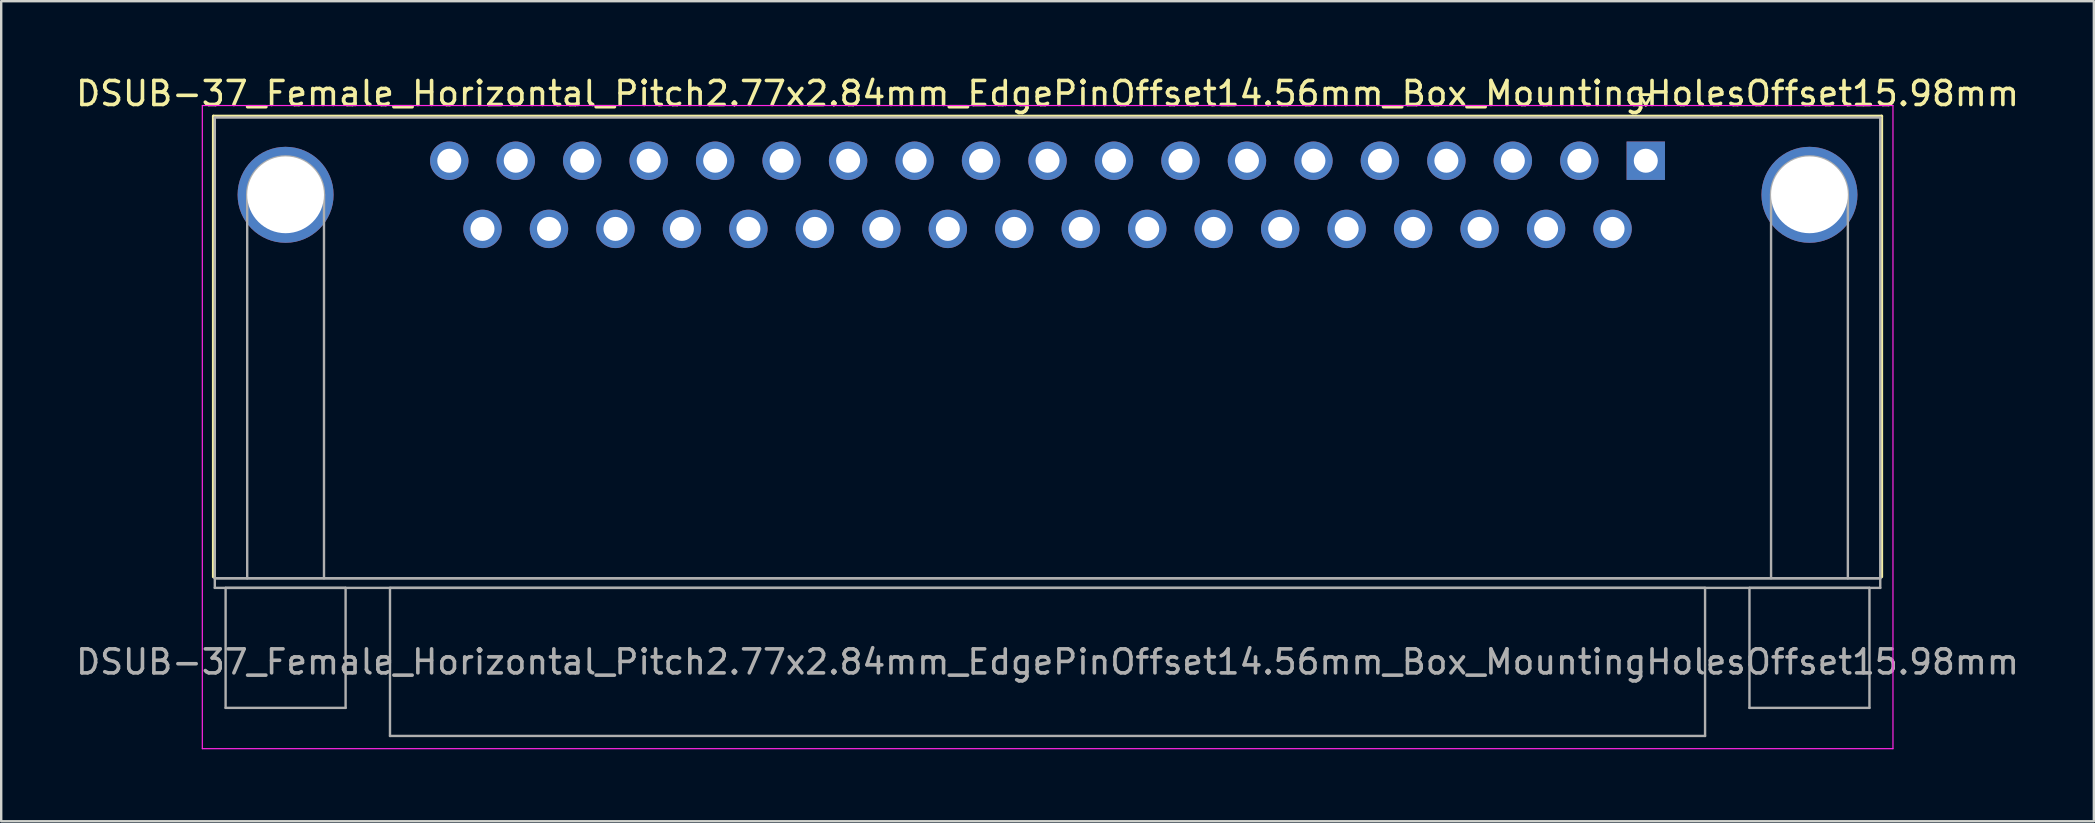
<source format=kicad_pcb>
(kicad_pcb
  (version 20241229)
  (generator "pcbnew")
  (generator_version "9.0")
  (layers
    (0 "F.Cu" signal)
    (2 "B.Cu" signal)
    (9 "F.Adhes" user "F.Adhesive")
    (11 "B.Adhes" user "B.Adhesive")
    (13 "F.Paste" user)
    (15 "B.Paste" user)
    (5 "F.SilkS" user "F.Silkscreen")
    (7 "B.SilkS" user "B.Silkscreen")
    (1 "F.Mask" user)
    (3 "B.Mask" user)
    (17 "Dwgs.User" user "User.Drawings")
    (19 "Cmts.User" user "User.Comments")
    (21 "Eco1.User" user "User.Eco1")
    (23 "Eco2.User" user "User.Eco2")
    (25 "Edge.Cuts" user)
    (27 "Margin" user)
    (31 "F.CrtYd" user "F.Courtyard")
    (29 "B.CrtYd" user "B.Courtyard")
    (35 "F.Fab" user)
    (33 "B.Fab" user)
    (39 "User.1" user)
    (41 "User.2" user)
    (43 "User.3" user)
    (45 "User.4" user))
  (footprint "DSUB-37_Female_Horizontal_Pitch2.77x2.84mm_EdgePinOffset14.56mm_Box_MountingHolesOffset15.98mm"
    (layer "F.Cu")
    (at 65.531 3.648)
    (property "Reference" "DSUB-37_Female_Horizontal_Pitch2.77x2.84mm_EdgePinOffset14.56mm_Box_MountingHolesOffset15.98mm" (at -24.93 -2.8 0) (layer "F.SilkS") (effects (font (size 1 1) (thickness 0.15))))
    (attr through_hole)
    (fp_line (start -59.69 -1.86) (end 9.83 -1.86) (stroke (width 0.12) (type solid)) (layer "F.SilkS"))
    (fp_line (start -59.69 17.34) (end -59.69 -1.86) (stroke (width 0.12) (type solid)) (layer "F.SilkS"))
    (fp_line (start -0.25 -2.754) (end 0.25 -2.754) (stroke (width 0.12) (type solid)) (layer "F.SilkS"))
    (fp_line (start 0 -2.321) (end -0.25 -2.754) (stroke (width 0.12) (type solid)) (layer "F.SilkS"))
    (fp_line (start 0.25 -2.754) (end 0 -2.321) (stroke (width 0.12) (type solid)) (layer "F.SilkS"))
    (fp_line (start 9.83 -1.86) (end 9.83 17.34) (stroke (width 0.12) (type solid)) (layer "F.SilkS"))
    (fp_line (start -60.15 -2.3) (end -60.15 24.5) (stroke (width 0.05) (type solid)) (layer "F.CrtYd"))
    (fp_line (start -60.15 24.5) (end 10.3 24.5) (stroke (width 0.05) (type solid)) (layer "F.CrtYd"))
    (fp_line (start 10.3 -2.3) (end -60.15 -2.3) (stroke (width 0.05) (type solid)) (layer "F.CrtYd"))
    (fp_line (start 10.3 24.5) (end 10.3 -2.3) (stroke (width 0.05) (type solid)) (layer "F.CrtYd"))
    (fp_line (start -59.63 -1.8) (end -59.63 17.4) (stroke (width 0.1) (type solid)) (layer "F.Fab"))
    (fp_line (start -59.63 17.4) (end -59.63 17.8) (stroke (width 0.1) (type solid)) (layer "F.Fab"))
    (fp_line (start -59.63 17.4) (end 9.77 17.4) (stroke (width 0.1) (type solid)) (layer "F.Fab"))
    (fp_line (start -59.63 17.8) (end 9.77 17.8) (stroke (width 0.1) (type solid)) (layer "F.Fab"))
    (fp_line (start -59.18 17.8) (end -59.18 22.8) (stroke (width 0.1) (type solid)) (layer "F.Fab"))
    (fp_line (start -59.18 22.8) (end -54.18 22.8) (stroke (width 0.1) (type solid)) (layer "F.Fab"))
    (fp_line (start -58.28 17.4) (end -58.28 1.42) (stroke (width 0.1) (type solid)) (layer "F.Fab"))
    (fp_line (start -55.08 17.4) (end -55.08 1.42) (stroke (width 0.1) (type solid)) (layer "F.Fab"))
    (fp_line (start -54.18 17.8) (end -59.18 17.8) (stroke (width 0.1) (type solid)) (layer "F.Fab"))
    (fp_line (start -54.18 22.8) (end -54.18 17.8) (stroke (width 0.1) (type solid)) (layer "F.Fab"))
    (fp_line (start -52.33 17.8) (end -52.33 23.97) (stroke (width 0.1) (type solid)) (layer "F.Fab"))
    (fp_line (start -52.33 23.97) (end 2.47 23.97) (stroke (width 0.1) (type solid)) (layer "F.Fab"))
    (fp_line (start 2.47 17.8) (end -52.33 17.8) (stroke (width 0.1) (type solid)) (layer "F.Fab"))
    (fp_line (start 2.47 23.97) (end 2.47 17.8) (stroke (width 0.1) (type solid)) (layer "F.Fab"))
    (fp_line (start 4.32 17.8) (end 4.32 22.8) (stroke (width 0.1) (type solid)) (layer "F.Fab"))
    (fp_line (start 4.32 22.8) (end 9.32 22.8) (stroke (width 0.1) (type solid)) (layer "F.Fab"))
    (fp_line (start 5.22 17.4) (end 5.22 1.42) (stroke (width 0.1) (type solid)) (layer "F.Fab"))
    (fp_line (start 8.42 17.4) (end 8.42 1.42) (stroke (width 0.1) (type solid)) (layer "F.Fab"))
    (fp_line (start 9.32 17.8) (end 4.32 17.8) (stroke (width 0.1) (type solid)) (layer "F.Fab"))
    (fp_line (start 9.32 22.8) (end 9.32 17.8) (stroke (width 0.1) (type solid)) (layer "F.Fab"))
    (fp_line (start 9.77 -1.8) (end -59.63 -1.8) (stroke (width 0.1) (type solid)) (layer "F.Fab"))
    (fp_line (start 9.77 17.4) (end -59.63 17.4) (stroke (width 0.1) (type solid)) (layer "F.Fab"))
    (fp_line (start 9.77 17.4) (end 9.77 -1.8) (stroke (width 0.1) (type solid)) (layer "F.Fab"))
    (fp_line (start 9.77 17.8) (end 9.77 17.4) (stroke (width 0.1) (type solid)) (layer "F.Fab"))
    (fp_arc (start -58.28 1.42) (mid -56.68 -0.18) (end -55.08 1.42) (stroke (width 0.1) (type solid)) (layer "F.Fab"))
    (fp_arc (start 5.22 1.42) (mid 6.82 -0.18) (end 8.42 1.42) (stroke (width 0.1) (type solid)) (layer "F.Fab"))
    (fp_text user "${REFERENCE}" (at -24.93 20.885 0) (layer "F.Fab") (effects (font (size 1 1) (thickness 0.15))))
    (pad "0" thru_hole circle (at -56.68 1.42) (size 4 4) (drill 3.2) (layers "*.Cu" "*.Mask"))
    (pad "0" thru_hole circle (at 6.82 1.42) (size 4 4) (drill 3.2) (layers "*.Cu" "*.Mask"))
    (pad "1" thru_hole rect (at 0 0) (size 1.6 1.6) (drill 1) (layers "*.Cu" "*.Mask"))
    (pad "2" thru_hole circle (at -2.77 0) (size 1.6 1.6) (drill 1) (layers "*.Cu" "*.Mask"))
    (pad "3" thru_hole circle (at -5.54 0) (size 1.6 1.6) (drill 1) (layers "*.Cu" "*.Mask"))
    (pad "4" thru_hole circle (at -8.31 0) (size 1.6 1.6) (drill 1) (layers "*.Cu" "*.Mask"))
    (pad "5" thru_hole circle (at -11.08 0) (size 1.6 1.6) (drill 1) (layers "*.Cu" "*.Mask"))
    (pad "6" thru_hole circle (at -13.85 0) (size 1.6 1.6) (drill 1) (layers "*.Cu" "*.Mask"))
    (pad "7" thru_hole circle (at -16.62 0) (size 1.6 1.6) (drill 1) (layers "*.Cu" "*.Mask"))
    (pad "8" thru_hole circle (at -19.39 0) (size 1.6 1.6) (drill 1) (layers "*.Cu" "*.Mask"))
    (pad "9" thru_hole circle (at -22.16 0) (size 1.6 1.6) (drill 1) (layers "*.Cu" "*.Mask"))
    (pad "10" thru_hole circle (at -24.93 0) (size 1.6 1.6) (drill 1) (layers "*.Cu" "*.Mask"))
    (pad "11" thru_hole circle (at -27.7 0) (size 1.6 1.6) (drill 1) (layers "*.Cu" "*.Mask"))
    (pad "12" thru_hole circle (at -30.47 0) (size 1.6 1.6) (drill 1) (layers "*.Cu" "*.Mask"))
    (pad "13" thru_hole circle (at -33.24 0) (size 1.6 1.6) (drill 1) (layers "*.Cu" "*.Mask"))
    (pad "14" thru_hole circle (at -36.01 0) (size 1.6 1.6) (drill 1) (layers "*.Cu" "*.Mask"))
    (pad "15" thru_hole circle (at -38.78 0) (size 1.6 1.6) (drill 1) (layers "*.Cu" "*.Mask"))
    (pad "16" thru_hole circle (at -41.55 0) (size 1.6 1.6) (drill 1) (layers "*.Cu" "*.Mask"))
    (pad "17" thru_hole circle (at -44.32 0) (size 1.6 1.6) (drill 1) (layers "*.Cu" "*.Mask"))
    (pad "18" thru_hole circle (at -47.09 0) (size 1.6 1.6) (drill 1) (layers "*.Cu" "*.Mask"))
    (pad "19" thru_hole circle (at -49.86 0) (size 1.6 1.6) (drill 1) (layers "*.Cu" "*.Mask"))
    (pad "20" thru_hole circle (at -1.385 2.84) (size 1.6 1.6) (drill 1) (layers "*.Cu" "*.Mask"))
    (pad "21" thru_hole circle (at -4.155 2.84) (size 1.6 1.6) (drill 1) (layers "*.Cu" "*.Mask"))
    (pad "22" thru_hole circle (at -6.925 2.84) (size 1.6 1.6) (drill 1) (layers "*.Cu" "*.Mask"))
    (pad "23" thru_hole circle (at -9.695 2.84) (size 1.6 1.6) (drill 1) (layers "*.Cu" "*.Mask"))
    (pad "24" thru_hole circle (at -12.465 2.84) (size 1.6 1.6) (drill 1) (layers "*.Cu" "*.Mask"))
    (pad "25" thru_hole circle (at -15.235 2.84) (size 1.6 1.6) (drill 1) (layers "*.Cu" "*.Mask"))
    (pad "26" thru_hole circle (at -18.005 2.84) (size 1.6 1.6) (drill 1) (layers "*.Cu" "*.Mask"))
    (pad "27" thru_hole circle (at -20.775 2.84) (size 1.6 1.6) (drill 1) (layers "*.Cu" "*.Mask"))
    (pad "28" thru_hole circle (at -23.545 2.84) (size 1.6 1.6) (drill 1) (layers "*.Cu" "*.Mask"))
    (pad "29" thru_hole circle (at -26.315 2.84) (size 1.6 1.6) (drill 1) (layers "*.Cu" "*.Mask"))
    (pad "30" thru_hole circle (at -29.085 2.84) (size 1.6 1.6) (drill 1) (layers "*.Cu" "*.Mask"))
    (pad "31" thru_hole circle (at -31.855 2.84) (size 1.6 1.6) (drill 1) (layers "*.Cu" "*.Mask"))
    (pad "32" thru_hole circle (at -34.625 2.84) (size 1.6 1.6) (drill 1) (layers "*.Cu" "*.Mask"))
    (pad "33" thru_hole circle (at -37.395 2.84) (size 1.6 1.6) (drill 1) (layers "*.Cu" "*.Mask"))
    (pad "34" thru_hole circle (at -40.165 2.84) (size 1.6 1.6) (drill 1) (layers "*.Cu" "*.Mask"))
    (pad "35" thru_hole circle (at -42.935 2.84) (size 1.6 1.6) (drill 1) (layers "*.Cu" "*.Mask"))
    (pad "36" thru_hole circle (at -45.705 2.84) (size 1.6 1.6) (drill 1) (layers "*.Cu" "*.Mask"))
    (pad "37" thru_hole circle (at -48.475 2.84) (size 1.6 1.6) (drill 1) (layers "*.Cu" "*.Mask")))
  (gr_rect
    (start -3 -3)
    (end 84.202 31.173)
    (stroke (width 0.1) (type default))
    (fill no)
    (layer "Edge.Cuts")))
</source>
